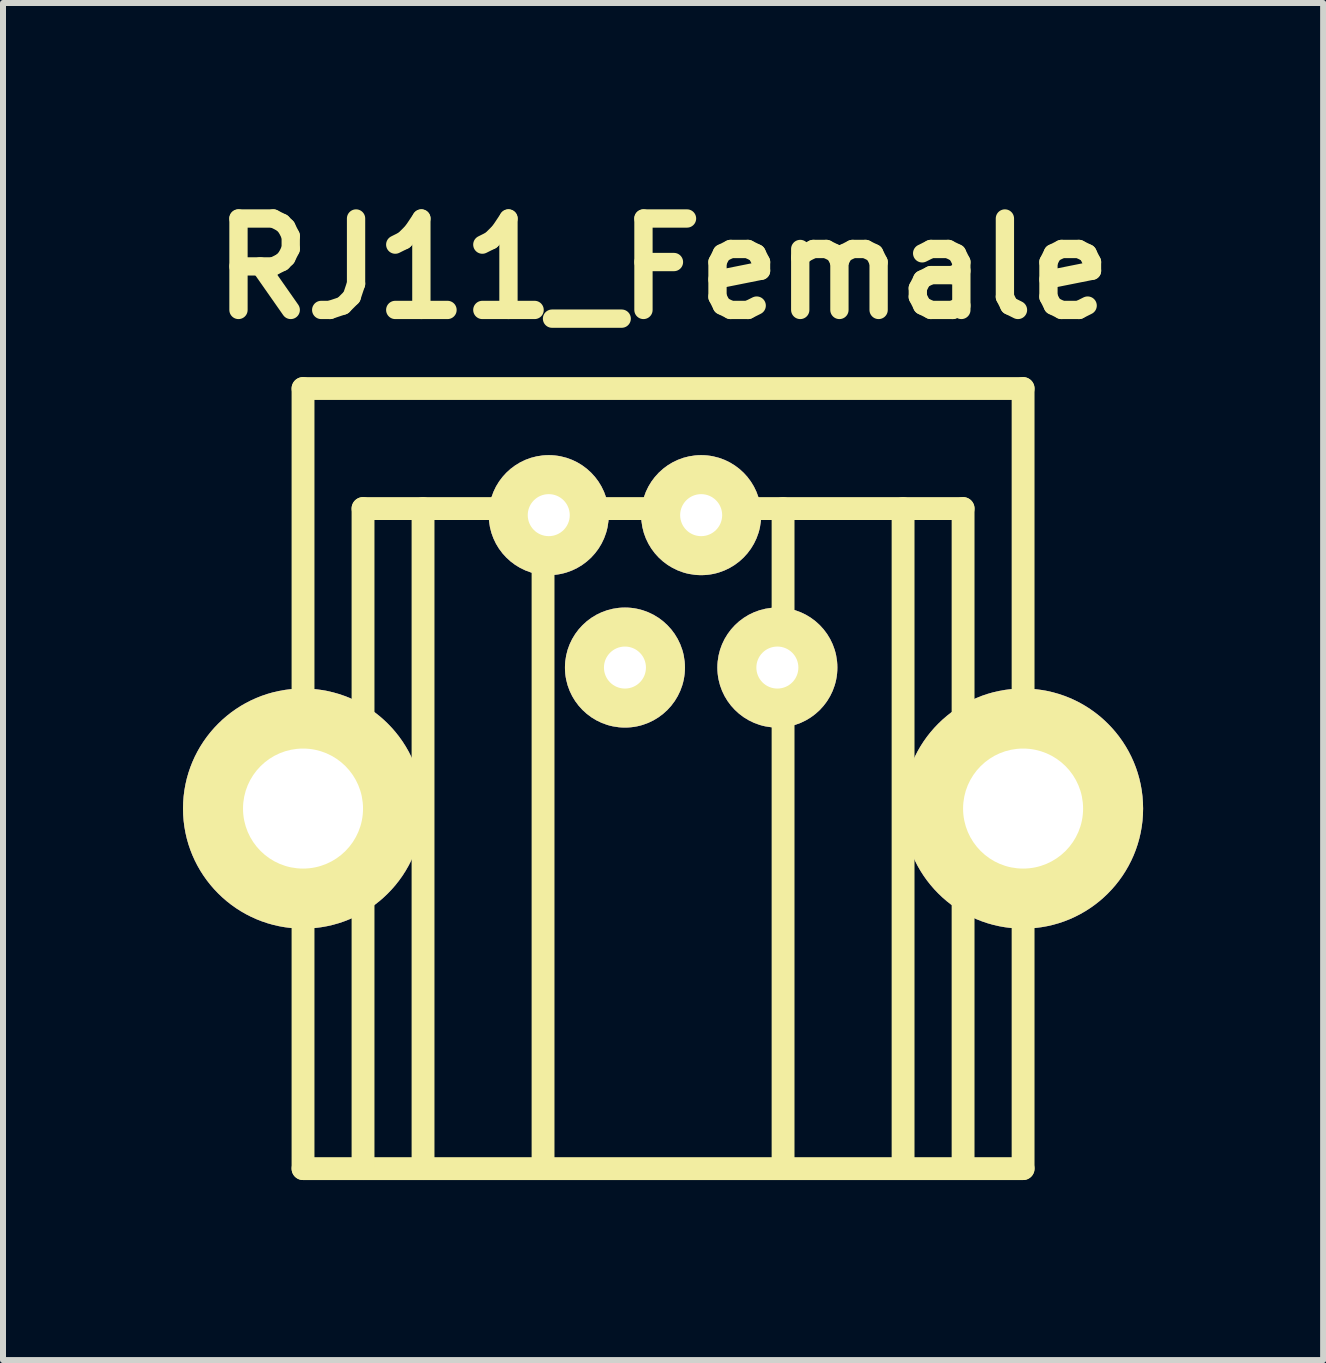
<source format=kicad_pcb>
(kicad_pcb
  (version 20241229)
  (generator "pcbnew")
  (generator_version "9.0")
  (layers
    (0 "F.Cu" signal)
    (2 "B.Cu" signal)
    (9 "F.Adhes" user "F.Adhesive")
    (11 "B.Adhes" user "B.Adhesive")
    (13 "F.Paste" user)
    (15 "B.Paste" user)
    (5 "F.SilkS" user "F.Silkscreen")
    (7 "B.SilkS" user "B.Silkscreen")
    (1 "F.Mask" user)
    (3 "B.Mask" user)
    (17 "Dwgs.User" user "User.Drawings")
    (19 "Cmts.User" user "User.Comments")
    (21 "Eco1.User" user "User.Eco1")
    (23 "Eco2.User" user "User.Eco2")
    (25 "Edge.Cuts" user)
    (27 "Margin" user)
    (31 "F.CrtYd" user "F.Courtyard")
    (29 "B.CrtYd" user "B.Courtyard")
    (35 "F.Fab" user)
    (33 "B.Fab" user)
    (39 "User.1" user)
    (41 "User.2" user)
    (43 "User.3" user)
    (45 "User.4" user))
  (footprint "RJ11_Female"
    (layer "F.Cu")
    (at 8 14.425)
    (property "Reference" "RJ11_Female" (at 0 -12.999 0) (layer "F.SilkS") (effects (font (size 1.524 1.524) (thickness 0.305))))
    (attr through_hole)
    (fp_line (start -6 2) (end -6 -11) (stroke (width 0.381) (type solid)) (layer "F.SilkS"))
    (fp_line (start -6 2) (end 6 2) (stroke (width 0.381) (type solid)) (layer "F.SilkS"))
    (fp_line (start -5 -9) (end -5 2) (stroke (width 0.381) (type solid)) (layer "F.SilkS"))
    (fp_line (start -4 -9) (end -4 2) (stroke (width 0.381) (type solid)) (layer "F.SilkS"))
    (fp_line (start -2 -9) (end -2 2) (stroke (width 0.381) (type solid)) (layer "F.SilkS"))
    (fp_line (start 2 -9) (end 2 2) (stroke (width 0.381) (type solid)) (layer "F.SilkS"))
    (fp_line (start 4 -9) (end 4 2) (stroke (width 0.381) (type solid)) (layer "F.SilkS"))
    (fp_line (start 5 -9) (end -5 -9) (stroke (width 0.381) (type solid)) (layer "F.SilkS"))
    (fp_line (start 5 2) (end 5 -9) (stroke (width 0.381) (type solid)) (layer "F.SilkS"))
    (fp_line (start 6 -11) (end -6 -11) (stroke (width 0.381) (type solid)) (layer "F.SilkS"))
    (fp_line (start 6 2) (end 6 -11) (stroke (width 0.381) (type solid)) (layer "F.SilkS"))
    (pad "" thru_hole circle (at -6 -4) (size 4 4) (drill 2) (layers "*.Cu" "*.Mask" "F.SilkS"))
    (pad "" thru_hole circle (at 6 -4) (size 4 4) (drill 2) (layers "*.Cu" "*.Mask" "F.SilkS"))
    (pad "1" thru_hole circle (at -1.905 -8.89) (size 2 2) (drill 0.7) (layers "*.Cu" "*.Mask" "F.SilkS"))
    (pad "2" thru_hole circle (at -0.635 -6.35) (size 2 2) (drill 0.7) (layers "*.Cu" "*.Mask" "F.SilkS"))
    (pad "3" thru_hole circle (at 0.635 -8.89) (size 2 2) (drill 0.7) (layers "*.Cu" "*.Mask" "F.SilkS"))
    (pad "4" thru_hole circle (at 1.905 -6.35) (size 2 2) (drill 0.7) (layers "*.Cu" "*.Mask" "F.SilkS")))
  (gr_rect
    (start -3 -3)
    (end 19 19.616)
    (stroke (width 0.1) (type default))
    (fill no)
    (layer "Edge.Cuts")))
</source>
